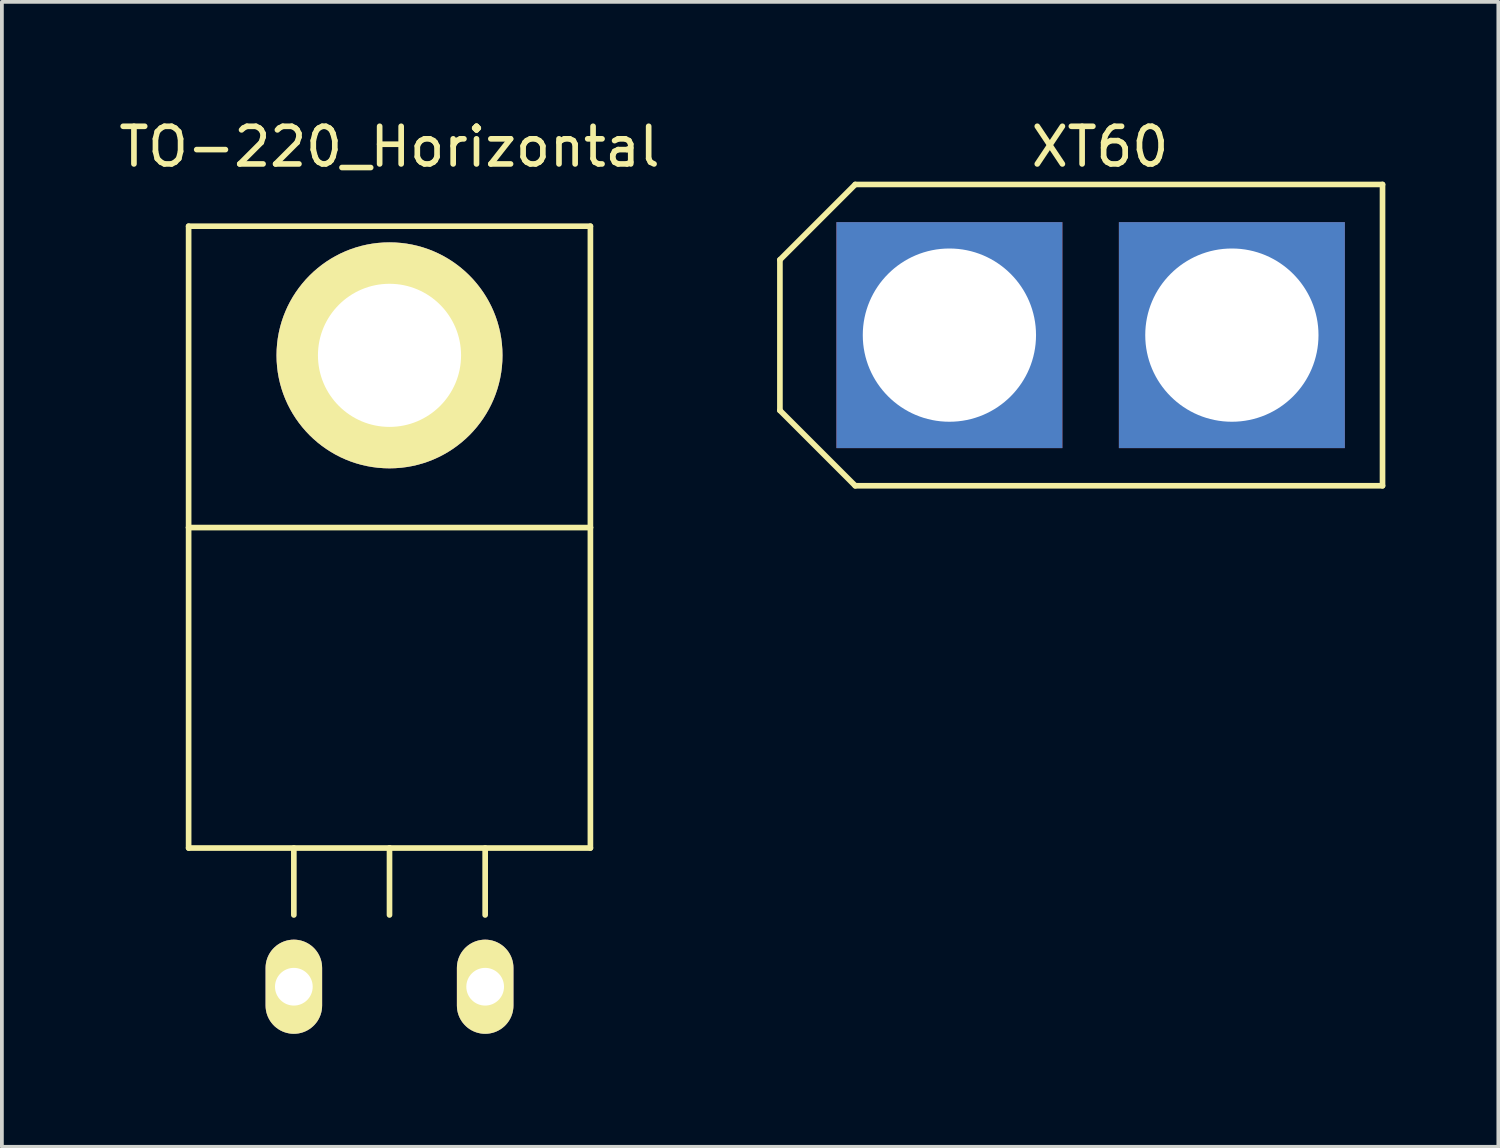
<source format=kicad_pcb>
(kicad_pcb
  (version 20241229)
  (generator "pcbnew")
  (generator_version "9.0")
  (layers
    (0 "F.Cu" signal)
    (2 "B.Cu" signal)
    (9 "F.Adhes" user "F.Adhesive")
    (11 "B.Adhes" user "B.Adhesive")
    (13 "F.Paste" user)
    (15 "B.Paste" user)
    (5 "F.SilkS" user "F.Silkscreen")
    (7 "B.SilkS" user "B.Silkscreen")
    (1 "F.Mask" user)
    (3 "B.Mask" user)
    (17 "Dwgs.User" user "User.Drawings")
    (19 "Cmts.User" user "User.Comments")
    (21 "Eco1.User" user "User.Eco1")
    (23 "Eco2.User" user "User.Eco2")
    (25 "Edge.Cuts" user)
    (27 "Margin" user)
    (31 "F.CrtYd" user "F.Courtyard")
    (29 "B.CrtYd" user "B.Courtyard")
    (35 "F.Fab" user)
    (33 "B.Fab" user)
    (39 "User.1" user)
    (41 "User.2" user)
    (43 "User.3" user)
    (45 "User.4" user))
  (footprint "TO-220_Horizontal"
    (layer "F.Cu")
    (at 7.292 23.149)
    (property "Reference" "TO-220_Horizontal" (at 0 -22.301 0) (layer "F.SilkS") (effects (font (size 1 1) (thickness 0.15))))
    (attr through_hole)
    (fp_line (start -5.334 -20.193) (end -5.334 -12.192) (stroke (width 0.15) (type solid)) (layer "F.SilkS"))
    (fp_line (start -5.334 -12.192) (end -5.334 -3.683) (stroke (width 0.15) (type solid)) (layer "F.SilkS"))
    (fp_line (start -2.54 -3.683) (end -2.54 -1.905) (stroke (width 0.15) (type solid)) (layer "F.SilkS"))
    (fp_line (start 0 -3.683) (end -5.334 -3.683) (stroke (width 0.15) (type solid)) (layer "F.SilkS"))
    (fp_line (start 0 -3.683) (end 0 -1.905) (stroke (width 0.15) (type solid)) (layer "F.SilkS"))
    (fp_line (start 0 -3.683) (end 5.334 -3.683) (stroke (width 0.15) (type solid)) (layer "F.SilkS"))
    (fp_line (start 2.54 -3.683) (end 2.54 -1.905) (stroke (width 0.15) (type solid)) (layer "F.SilkS"))
    (fp_line (start 5.334 -20.193) (end -5.334 -20.193) (stroke (width 0.15) (type solid)) (layer "F.SilkS"))
    (fp_line (start 5.334 -12.192) (end -5.334 -12.192) (stroke (width 0.15) (type solid)) (layer "F.SilkS"))
    (fp_line (start 5.334 -12.192) (end 5.334 -20.193) (stroke (width 0.15) (type solid)) (layer "F.SilkS"))
    (fp_line (start 5.334 -3.683) (end 5.334 -12.192) (stroke (width 0.15) (type solid)) (layer "F.SilkS"))
    (fp_circle (center 0 -16.764) (end 1.778 -14.986) (stroke (width 0.15) (type solid)) (fill no) (layer "F.SilkS"))
    (pad "1" thru_hole oval (at -2.54 0 90) (size 2.499 1.501) (drill 1.001) (layers "*.Cu" "*.Mask" "F.SilkS"))
    (pad "2" thru_hole circle (at 0 -16.764 90) (size 6 6) (drill 3.8) (layers "*.Cu" "*.Mask" "F.SilkS"))
    (pad "3" thru_hole oval (at 2.54 0 90) (size 2.499 1.501) (drill 1.001) (layers "*.Cu" "*.Mask" "F.SilkS")))
  (footprint "XT60"
    (layer "F.Cu")
    (at 22.158 5.848)
    (property "Reference" "XT60" (at 4 -5 0) (layer "F.SilkS") (effects (font (size 1 1) (thickness 0.15))))
    (attr through_hole)
    (fp_line (start -4.5 -2) (end -2.5 -4) (stroke (width 0.15) (type solid)) (layer "F.SilkS"))
    (fp_line (start -4.5 2) (end -4.5 -2) (stroke (width 0.15) (type solid)) (layer "F.SilkS"))
    (fp_line (start -4.5 2) (end -2.5 4) (stroke (width 0.15) (type solid)) (layer "F.SilkS"))
    (fp_line (start -2.5 -4) (end 11.5 -4) (stroke (width 0.15) (type solid)) (layer "F.SilkS"))
    (fp_line (start 11.5 4) (end -2.5 4) (stroke (width 0.15) (type solid)) (layer "F.SilkS"))
    (fp_line (start 11.5 4) (end 11.5 -4) (stroke (width 0.15) (type solid)) (layer "F.SilkS"))
    (pad "1" thru_hole rect (at 0 0) (size 6 6) (drill 4.6) (layers "*.Cu" "*.Mask"))
    (pad "2" thru_hole rect (at 7.5 0) (size 6 6) (drill 4.6) (layers "*.Cu" "*.Mask")))
  (gr_rect
    (start -3 -3)
    (end 36.733 27.399)
    (stroke (width 0.1) (type default))
    (fill no)
    (layer "Edge.Cuts")))
</source>
